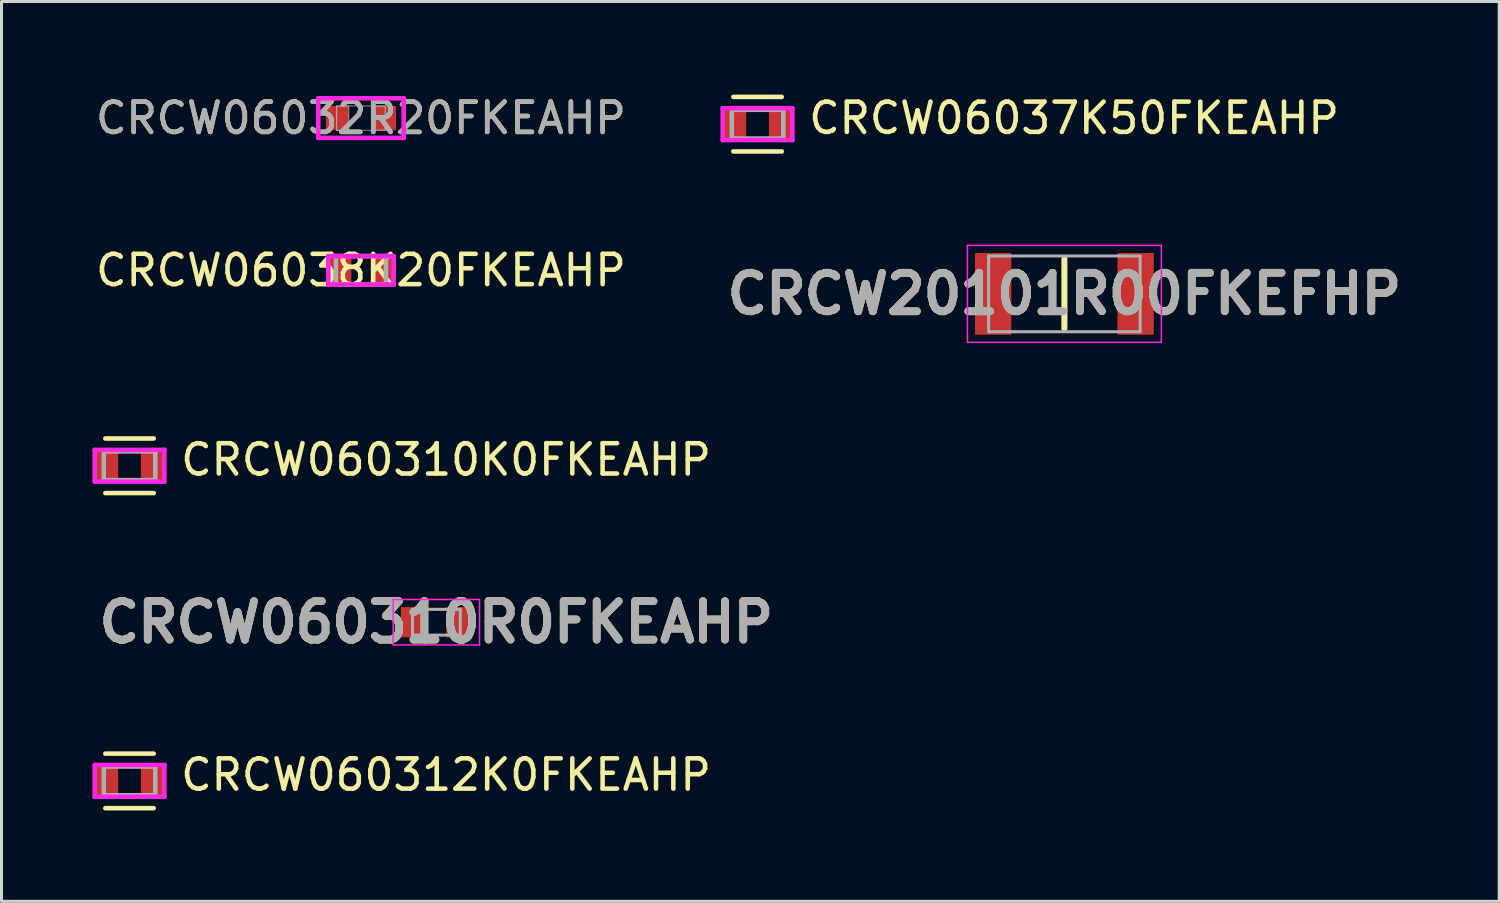
<source format=kicad_pcb>
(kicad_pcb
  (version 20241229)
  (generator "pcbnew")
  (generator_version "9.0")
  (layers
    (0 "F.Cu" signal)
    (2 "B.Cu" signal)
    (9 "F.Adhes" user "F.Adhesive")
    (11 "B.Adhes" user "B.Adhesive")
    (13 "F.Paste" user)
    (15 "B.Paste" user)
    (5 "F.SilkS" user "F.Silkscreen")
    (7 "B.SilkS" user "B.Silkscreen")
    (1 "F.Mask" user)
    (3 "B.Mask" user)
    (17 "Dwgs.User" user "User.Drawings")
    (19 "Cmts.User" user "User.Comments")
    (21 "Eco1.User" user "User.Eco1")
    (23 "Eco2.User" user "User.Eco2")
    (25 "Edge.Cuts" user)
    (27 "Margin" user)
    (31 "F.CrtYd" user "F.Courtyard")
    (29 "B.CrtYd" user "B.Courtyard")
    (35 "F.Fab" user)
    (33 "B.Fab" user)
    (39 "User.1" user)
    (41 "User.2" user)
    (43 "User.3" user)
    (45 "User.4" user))
  (footprint "CRCW060310K0FKEAHP"
    (layer "F.Cu")
    (at 1.225 12.322)
    (property "Reference" "CRCW060310K0FKEAHP" (at 1.61 -0.2 0) (layer "F.SilkS") (effects (font (size 1 1) (thickness 0.15)) (justify left)))
    (attr through_hole)
    (fp_line (start -0.8 -0.9) (end 0.8 -0.9) (stroke (width 0.15) (type solid)) (layer "F.SilkS"))
    (fp_line (start -0.8 0.9) (end 0.8 0.9) (stroke (width 0.15) (type solid)) (layer "F.SilkS"))
    (fp_line (start -1.15 -0.525) (end -1.15 0.525) (stroke (width 0.15) (type solid)) (layer "F.CrtYd"))
    (fp_line (start -1.15 0.525) (end 1.15 0.525) (stroke (width 0.15) (type solid)) (layer "F.CrtYd"))
    (fp_line (start 1.15 -0.525) (end -1.15 -0.525) (stroke (width 0.15) (type solid)) (layer "F.CrtYd"))
    (fp_line (start 1.15 -0.525) (end 1.15 -0.525) (stroke (width 0.15) (type solid)) (layer "F.CrtYd"))
    (fp_line (start 1.15 0.525) (end 1.15 -0.525) (stroke (width 0.15) (type solid)) (layer "F.CrtYd"))
    (fp_line (start -0.85 -0.475) (end 0.85 -0.475) (stroke (width 0.15) (type solid)) (layer "F.Fab"))
    (fp_line (start -0.85 0.475) (end -0.85 -0.475) (stroke (width 0.15) (type solid)) (layer "F.Fab"))
    (fp_line (start 0.85 -0.475) (end 0.85 0.475) (stroke (width 0.15) (type solid)) (layer "F.Fab"))
    (fp_line (start 0.85 0.475) (end -0.85 0.475) (stroke (width 0.15) (type solid)) (layer "F.Fab"))
    (pad "1" smd rect (at -0.75 0) (size 0.75 1) (layers "F.Cu" "F.Mask" "F.Paste"))
    (pad "2" smd rect (at 0.75 0) (size 0.75 1) (layers "F.Cu" "F.Mask" "F.Paste")))
  (footprint "CRCW06032R20FKEAHP"
    (layer "F.Cu")
    (at 8.863 0.848)
    (property "Reference" "CRCW06032R20FKEAHP" (at 0 0 0) (unlocked yes) (layer "F.SilkS") (effects (font (size 1 1) (thickness 0.15))))
    (attr smd)
    (fp_line (start -1.41 -0.654) (end 1.41 -0.654) (stroke (width 0.152) (type solid)) (layer "F.CrtYd"))
    (fp_line (start -1.41 0.654) (end -1.41 -0.654) (stroke (width 0.152) (type solid)) (layer "F.CrtYd"))
    (fp_line (start 1.41 -0.654) (end 1.41 0.654) (stroke (width 0.152) (type solid)) (layer "F.CrtYd"))
    (fp_line (start 1.41 0.654) (end -1.41 0.654) (stroke (width 0.152) (type solid)) (layer "F.CrtYd"))
    (fp_line (start -0.8 -0.4) (end -0.8 0.4) (stroke (width 0.025) (type solid)) (layer "F.Fab"))
    (fp_line (start -0.8 -0.4) (end -0.8 0.4) (stroke (width 0.025) (type solid)) (layer "F.Fab"))
    (fp_line (start -0.8 0.4) (end -0.4 0.4) (stroke (width 0.025) (type solid)) (layer "F.Fab"))
    (fp_line (start -0.8 0.4) (end 0.8 0.4) (stroke (width 0.025) (type solid)) (layer "F.Fab"))
    (fp_line (start -0.4 -0.4) (end -0.8 -0.4) (stroke (width 0.025) (type solid)) (layer "F.Fab"))
    (fp_line (start -0.4 0.4) (end -0.4 -0.4) (stroke (width 0.025) (type solid)) (layer "F.Fab"))
    (fp_line (start 0.4 -0.4) (end 0.4 0.4) (stroke (width 0.025) (type solid)) (layer "F.Fab"))
    (fp_line (start 0.4 0.4) (end 0.8 0.4) (stroke (width 0.025) (type solid)) (layer "F.Fab"))
    (fp_line (start 0.8 -0.4) (end -0.8 -0.4) (stroke (width 0.025) (type solid)) (layer "F.Fab"))
    (fp_line (start 0.8 -0.4) (end 0.4 -0.4) (stroke (width 0.025) (type solid)) (layer "F.Fab"))
    (fp_line (start 0.8 0.4) (end 0.8 -0.4) (stroke (width 0.025) (type solid)) (layer "F.Fab"))
    (fp_line (start 0.8 0.4) (end 0.8 -0.4) (stroke (width 0.025) (type solid)) (layer "F.Fab"))
    (fp_text user "${REFERENCE}" (at 0 0 0) (unlocked yes) (layer "F.Fab") (effects (font (size 1 1) (thickness 0.15))))
    (pad "1" smd rect (at -0.778 0) (size 0.756 0.8) (layers "F.Cu" "F.Mask" "F.Paste"))
    (pad "2" smd rect (at 0.778 0) (size 0.756 0.8) (layers "F.Cu" "F.Mask" "F.Paste"))
    (zone (net_name "") (layer "F.Cu") (hatch full 0.508) (connect_pads) (min_thickness 0.254) (filled_areas_thickness no) (keepout (tracks not_allowed) (vias not_allowed) (pads allowed) (copperpour not_allowed) (footprints allowed)) (placement (enabled no)) (fill) (polygon (pts (xy 8.514 0.499) (xy 9.212 0.499) (xy 9.212 1.197) (xy 8.514 1.197)))))
  (footprint "CRCW06038K20FKEAHP"
    (layer "F.Cu")
    (at 8.863 5.872)
    (property "Reference" "CRCW06038K20FKEAHP" (at 0 0 0) (layer "F.SilkS") (effects (font (size 1 1) (thickness 0.15))))
    (attr through_hole)
    (fp_line (start -1.079 -0.47) (end -0.826 -0.47) (stroke (width 0.152) (type solid)) (layer "F.CrtYd"))
    (fp_line (start -1.079 0.47) (end -1.079 -0.47) (stroke (width 0.152) (type solid)) (layer "F.CrtYd"))
    (fp_line (start -0.826 -0.47) (end -0.826 -0.47) (stroke (width 0.152) (type solid)) (layer "F.CrtYd"))
    (fp_line (start -0.826 -0.47) (end 0.826 -0.47) (stroke (width 0.152) (type solid)) (layer "F.CrtYd"))
    (fp_line (start -0.826 0.47) (end -1.079 0.47) (stroke (width 0.152) (type solid)) (layer "F.CrtYd"))
    (fp_line (start -0.826 0.47) (end -0.826 0.47) (stroke (width 0.152) (type solid)) (layer "F.CrtYd"))
    (fp_line (start 0.826 -0.47) (end 0.826 -0.47) (stroke (width 0.152) (type solid)) (layer "F.CrtYd"))
    (fp_line (start 0.826 -0.47) (end 1.079 -0.47) (stroke (width 0.152) (type solid)) (layer "F.CrtYd"))
    (fp_line (start 0.826 0.47) (end -0.826 0.47) (stroke (width 0.152) (type solid)) (layer "F.CrtYd"))
    (fp_line (start 0.826 0.47) (end 0.826 0.47) (stroke (width 0.152) (type solid)) (layer "F.CrtYd"))
    (fp_line (start 1.079 -0.47) (end 1.079 0.47) (stroke (width 0.152) (type solid)) (layer "F.CrtYd"))
    (fp_line (start 1.079 0.47) (end 0.826 0.47) (stroke (width 0.152) (type solid)) (layer "F.CrtYd"))
    (fp_line (start -0.826 -0.47) (end -0.826 0.47) (stroke (width 0.152) (type solid)) (layer "F.Fab"))
    (fp_line (start -0.826 0.47) (end 0.826 0.47) (stroke (width 0.152) (type solid)) (layer "F.Fab"))
    (fp_line (start 0.826 -0.47) (end -0.826 -0.47) (stroke (width 0.152) (type solid)) (layer "F.Fab"))
    (fp_line (start 0.826 0.47) (end 0.826 -0.47) (stroke (width 0.152) (type solid)) (layer "F.Fab"))
    (fp_text user "Copyright 2016 Accelerated Designs. All rights reserved." (at 0 0 0) (layer "Cmts.User") (effects (font (size 0.127 0.127) (thickness 0.002))))
    (pad "1" smd rect (at -0.699 0 90) (size 0.94 0.762) (layers "F.Cu" "F.Mask" "F.Paste"))
    (pad "2" smd rect (at 0.699 0 90) (size 0.94 0.762) (layers "F.Cu" "F.Mask" "F.Paste")))
  (footprint "CRCW060312K0FKEAHP"
    (layer "F.Cu")
    (at 1.225 22.722)
    (property "Reference" "CRCW060312K0FKEAHP" (at 1.61 -0.2 0) (layer "F.SilkS") (effects (font (size 1 1) (thickness 0.15)) (justify left)))
    (attr through_hole)
    (fp_line (start -0.8 -0.9) (end 0.8 -0.9) (stroke (width 0.15) (type solid)) (layer "F.SilkS"))
    (fp_line (start -0.8 0.9) (end 0.8 0.9) (stroke (width 0.15) (type solid)) (layer "F.SilkS"))
    (fp_line (start -1.15 -0.525) (end -1.15 0.525) (stroke (width 0.15) (type solid)) (layer "F.CrtYd"))
    (fp_line (start -1.15 0.525) (end 1.15 0.525) (stroke (width 0.15) (type solid)) (layer "F.CrtYd"))
    (fp_line (start 1.15 -0.525) (end -1.15 -0.525) (stroke (width 0.15) (type solid)) (layer "F.CrtYd"))
    (fp_line (start 1.15 -0.525) (end 1.15 -0.525) (stroke (width 0.15) (type solid)) (layer "F.CrtYd"))
    (fp_line (start 1.15 0.525) (end 1.15 -0.525) (stroke (width 0.15) (type solid)) (layer "F.CrtYd"))
    (fp_line (start -0.85 -0.475) (end 0.85 -0.475) (stroke (width 0.15) (type solid)) (layer "F.Fab"))
    (fp_line (start -0.85 0.475) (end -0.85 -0.475) (stroke (width 0.15) (type solid)) (layer "F.Fab"))
    (fp_line (start 0.85 -0.475) (end 0.85 0.475) (stroke (width 0.15) (type solid)) (layer "F.Fab"))
    (fp_line (start 0.85 0.475) (end -0.85 0.475) (stroke (width 0.15) (type solid)) (layer "F.Fab"))
    (pad "1" smd rect (at -0.75 0) (size 0.75 1) (layers "F.Cu" "F.Mask" "F.Paste"))
    (pad "2" smd rect (at 0.75 0) (size 0.75 1) (layers "F.Cu" "F.Mask" "F.Paste")))
  (footprint "CRCW06037K50FKEAHP"
    (layer "F.Cu")
    (at 21.951 1.048)
    (property "Reference" "CRCW06037K50FKEAHP" (at 1.61 -0.2 0) (layer "F.SilkS") (effects (font (size 1 1) (thickness 0.15)) (justify left)))
    (attr through_hole)
    (fp_line (start -0.8 -0.9) (end 0.8 -0.9) (stroke (width 0.15) (type solid)) (layer "F.SilkS"))
    (fp_line (start -0.8 0.9) (end 0.8 0.9) (stroke (width 0.15) (type solid)) (layer "F.SilkS"))
    (fp_line (start -1.15 -0.525) (end -1.15 0.525) (stroke (width 0.15) (type solid)) (layer "F.CrtYd"))
    (fp_line (start -1.15 0.525) (end 1.15 0.525) (stroke (width 0.15) (type solid)) (layer "F.CrtYd"))
    (fp_line (start 1.15 -0.525) (end -1.15 -0.525) (stroke (width 0.15) (type solid)) (layer "F.CrtYd"))
    (fp_line (start 1.15 -0.525) (end 1.15 -0.525) (stroke (width 0.15) (type solid)) (layer "F.CrtYd"))
    (fp_line (start 1.15 0.525) (end 1.15 -0.525) (stroke (width 0.15) (type solid)) (layer "F.CrtYd"))
    (fp_line (start -0.85 -0.475) (end 0.85 -0.475) (stroke (width 0.15) (type solid)) (layer "F.Fab"))
    (fp_line (start -0.85 0.475) (end -0.85 -0.475) (stroke (width 0.15) (type solid)) (layer "F.Fab"))
    (fp_line (start 0.85 -0.475) (end 0.85 0.475) (stroke (width 0.15) (type solid)) (layer "F.Fab"))
    (fp_line (start 0.85 0.475) (end -0.85 0.475) (stroke (width 0.15) (type solid)) (layer "F.Fab"))
    (pad "1" smd rect (at -0.75 0) (size 0.75 1) (layers "F.Cu" "F.Mask" "F.Paste"))
    (pad "2" smd rect (at 0.75 0) (size 0.75 1) (layers "F.Cu" "F.Mask" "F.Paste")))
  (footprint "CRCW060310R0FKEAHP"
    (layer "F.Cu")
    (at 11.351 17.485)
    (property "Reference" "CRCW060310R0FKEAHP" (at 0 0 0) (layer "F.SilkS") (effects (font (size 1.27 1.27) (thickness 0.254))))
    (attr smd)
    (fp_line (start -1.425 -0.75) (end 1.425 -0.75) (stroke (width 0.05) (type solid)) (layer "F.CrtYd"))
    (fp_line (start -1.425 0.75) (end -1.425 -0.75) (stroke (width 0.05) (type solid)) (layer "F.CrtYd"))
    (fp_line (start 1.425 -0.75) (end 1.425 0.75) (stroke (width 0.05) (type solid)) (layer "F.CrtYd"))
    (fp_line (start 1.425 0.75) (end -1.425 0.75) (stroke (width 0.05) (type solid)) (layer "F.CrtYd"))
    (fp_line (start -0.788 -0.425) (end 0.788 -0.425) (stroke (width 0.1) (type solid)) (layer "F.Fab"))
    (fp_line (start -0.788 0.425) (end -0.788 -0.425) (stroke (width 0.1) (type solid)) (layer "F.Fab"))
    (fp_line (start 0.788 -0.425) (end 0.788 0.425) (stroke (width 0.1) (type solid)) (layer "F.Fab"))
    (fp_line (start 0.788 0.425) (end -0.788 0.425) (stroke (width 0.1) (type solid)) (layer "F.Fab"))
    (fp_text user "${REFERENCE}" (at 0 0 0) (layer "F.Fab") (effects (font (size 1.27 1.27) (thickness 0.254))))
    (pad "1" smd rect (at -0.75 0) (size 0.85 1) (layers "F.Cu" "F.Mask" "F.Paste"))
    (pad "2" smd rect (at 0.75 0) (size 0.85 1) (layers "F.Cu" "F.Mask" "F.Paste")))
  (footprint "CRCW20101R00FKEFHP"
    (layer "F.Cu")
    (at 32.078 6.648)
    (property "Reference" "CRCW20101R00FKEFHP" (at 0 0 0) (layer "F.SilkS") (effects (font (size 1.27 1.27) (thickness 0.254))))
    (attr smd)
    (fp_line (start 0 -1.15) (end 0 1.15) (stroke (width 0.2) (type solid)) (layer "F.SilkS"))
    (fp_line (start -3.2 -1.6) (end 3.2 -1.6) (stroke (width 0.05) (type solid)) (layer "F.CrtYd"))
    (fp_line (start -3.2 1.6) (end -3.2 -1.6) (stroke (width 0.05) (type solid)) (layer "F.CrtYd"))
    (fp_line (start 3.2 -1.6) (end 3.2 1.6) (stroke (width 0.05) (type solid)) (layer "F.CrtYd"))
    (fp_line (start 3.2 1.6) (end -3.2 1.6) (stroke (width 0.05) (type solid)) (layer "F.CrtYd"))
    (fp_line (start -2.5 -1.25) (end 2.5 -1.25) (stroke (width 0.1) (type solid)) (layer "F.Fab"))
    (fp_line (start -2.5 1.25) (end -2.5 -1.25) (stroke (width 0.1) (type solid)) (layer "F.Fab"))
    (fp_line (start 2.5 -1.25) (end 2.5 1.25) (stroke (width 0.1) (type solid)) (layer "F.Fab"))
    (fp_line (start 2.5 1.25) (end -2.5 1.25) (stroke (width 0.1) (type solid)) (layer "F.Fab"))
    (fp_text user "${REFERENCE}" (at 0 0 0) (layer "F.Fab") (effects (font (size 1.27 1.27) (thickness 0.254))))
    (pad "1" smd rect (at -2.35 0) (size 1.2 2.7) (layers "F.Cu" "F.Mask" "F.Paste"))
    (pad "2" smd rect (at 2.35 0) (size 1.2 2.7) (layers "F.Cu" "F.Mask" "F.Paste")))
  (gr_rect
    (start -3 -3)
    (end 46.429 26.697)
    (stroke (width 0.1) (type default))
    (fill no)
    (layer "Edge.Cuts")))
</source>
